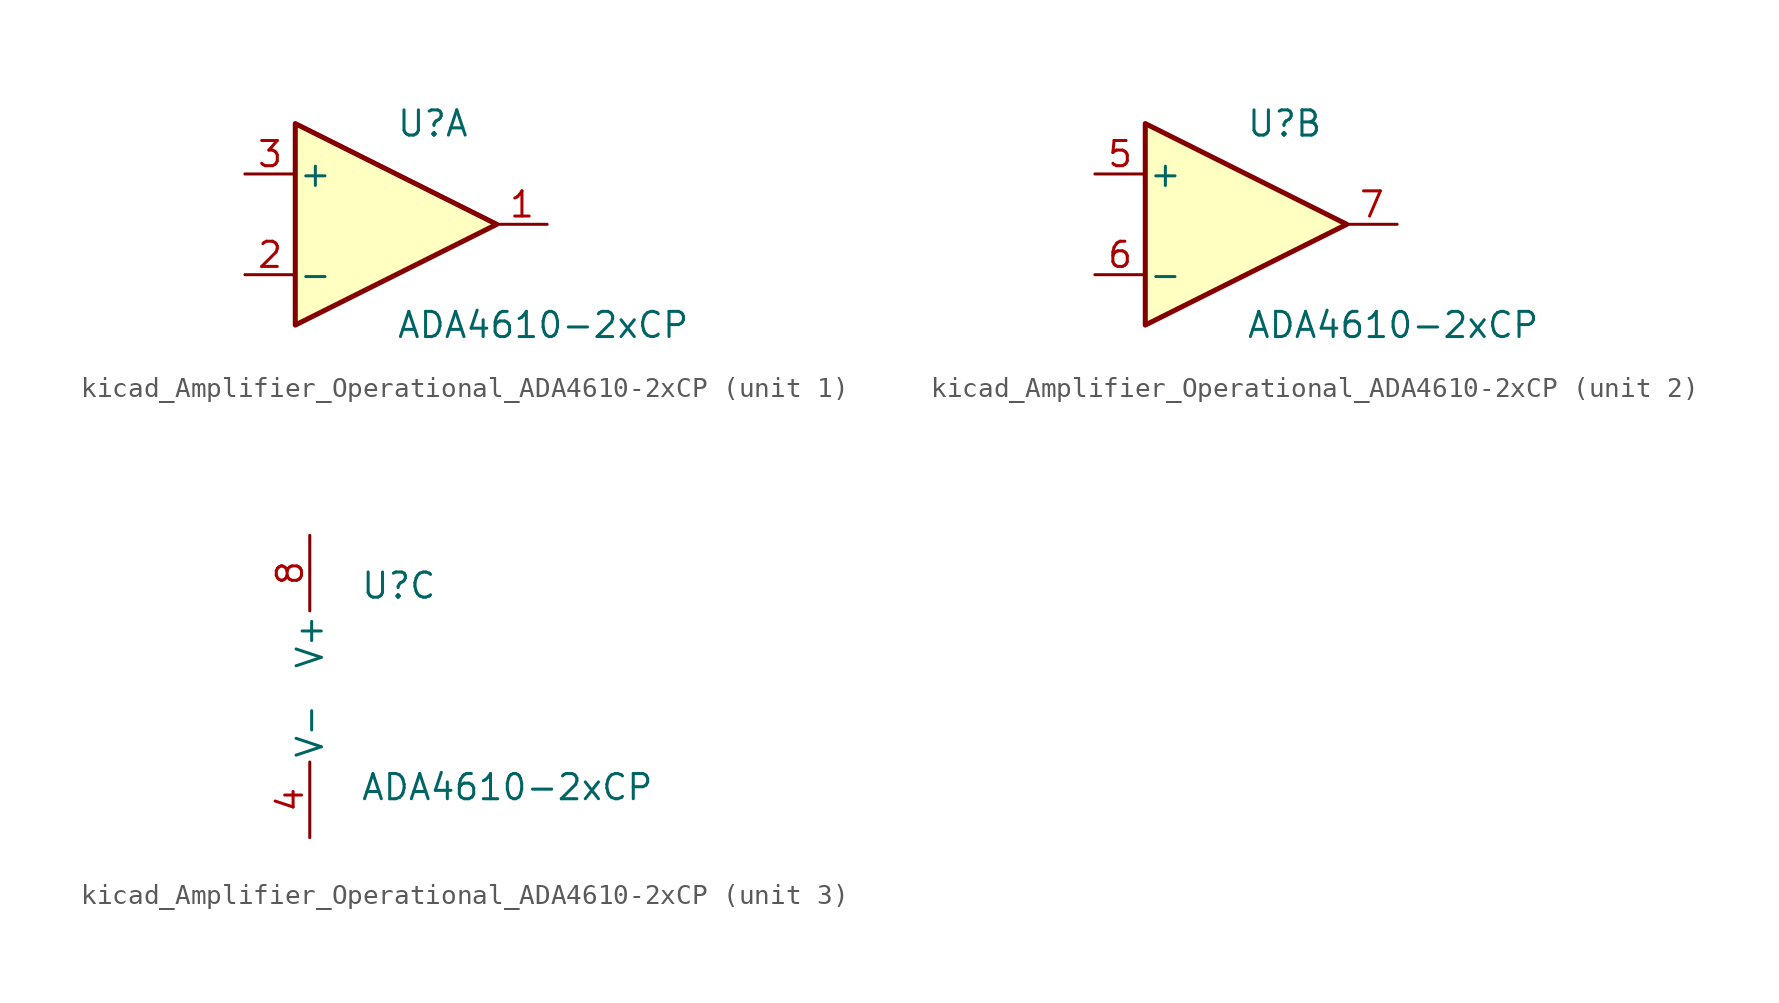
<source format=kicad_sym>
(kicad_symbol_lib
  (version 20220914)
  (generator kicad_symbol_editor)
  (symbol "kicad_Amplifier_Operational_ADA4610-2xCP"
    (pin_names
      (offset 0.127))
    (property "Reference" "U"
      (at 0 5.08 0)
      (effects (font (size 1.27 1.27)) (justify left)))
    (property "Value" "ADA4610-2xCP"
      (at 0 -5.08 0)
      (effects (font (size 1.27 1.27)) (justify left)))
    (property "ki_locked" ""
      (at 0 0 0)
      (effects (font (size 1.27 1.27))))
    (symbol "kicad_Amplifier_Operational_ADA4610-2xCP_1_1"
      (polyline (pts (xy -5.08 5.08) (xy 5.08 0) (xy -5.08 -5.08) (xy -5.08 5.08)) (stroke (width 0.254) (type default)) (fill (type background)))
      (pin output line (at 7.62 0 180) (length 2.54) (name "~" (effects (font (size 1.27 1.27)))) (number "1" (effects (font (size 1.27 1.27)))))
      (pin input line (at -7.62 -2.54 0) (length 2.54) (name "-" (effects (font (size 1.27 1.27)))) (number "2" (effects (font (size 1.27 1.27)))))
      (pin input line (at -7.62 2.54 0) (length 2.54) (name "+" (effects (font (size 1.27 1.27)))) (number "3" (effects (font (size 1.27 1.27))))))
    (symbol "kicad_Amplifier_Operational_ADA4610-2xCP_2_1"
      (polyline (pts (xy -5.08 5.08) (xy 5.08 0) (xy -5.08 -5.08) (xy -5.08 5.08)) (stroke (width 0.254) (type default)) (fill (type background)))
      (pin input line (at -7.62 2.54 0) (length 2.54) (name "+" (effects (font (size 1.27 1.27)))) (number "5" (effects (font (size 1.27 1.27)))))
      (pin input line (at -7.62 -2.54 0) (length 2.54) (name "-" (effects (font (size 1.27 1.27)))) (number "6" (effects (font (size 1.27 1.27)))))
      (pin output line (at 7.62 0 180) (length 2.54) (name "~" (effects (font (size 1.27 1.27)))) (number "7" (effects (font (size 1.27 1.27))))))
    (symbol "kicad_Amplifier_Operational_ADA4610-2xCP_3_1"
      (pin power_in line (at -2.54 -7.62 90) (length 3.81) (name "V-" (effects (font (size 1.27 1.27)))) (number "4" (effects (font (size 1.27 1.27)))))
      (pin power_in line (at -2.54 7.62 270) (length 3.81) (name "V+" (effects (font (size 1.27 1.27)))) (number "8" (effects (font (size 1.27 1.27)))))
      (pin passive line (at -2.54 -7.62 90) (length 3.81) hide (name "V-" (effects (font (size 1.27 1.27)))) (number "9" (effects (font (size 1.27 1.27))))))))
</source>
